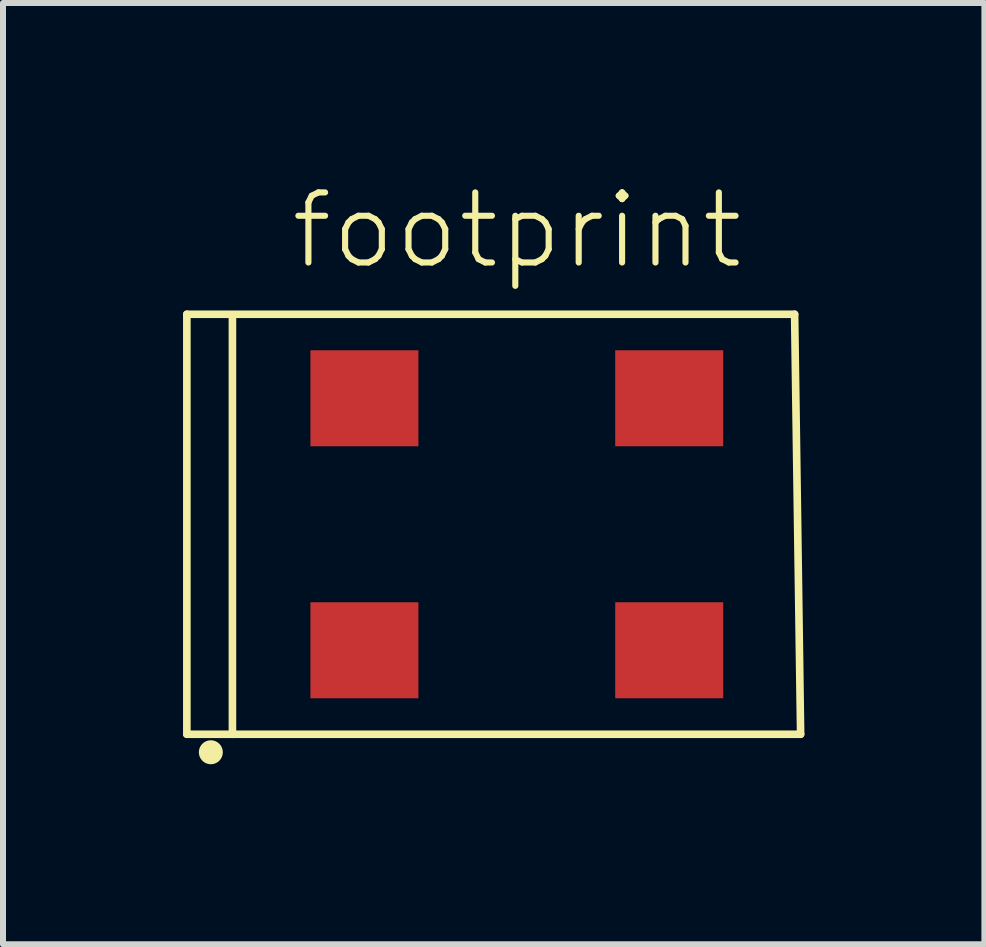
<source format=kicad_pcb>
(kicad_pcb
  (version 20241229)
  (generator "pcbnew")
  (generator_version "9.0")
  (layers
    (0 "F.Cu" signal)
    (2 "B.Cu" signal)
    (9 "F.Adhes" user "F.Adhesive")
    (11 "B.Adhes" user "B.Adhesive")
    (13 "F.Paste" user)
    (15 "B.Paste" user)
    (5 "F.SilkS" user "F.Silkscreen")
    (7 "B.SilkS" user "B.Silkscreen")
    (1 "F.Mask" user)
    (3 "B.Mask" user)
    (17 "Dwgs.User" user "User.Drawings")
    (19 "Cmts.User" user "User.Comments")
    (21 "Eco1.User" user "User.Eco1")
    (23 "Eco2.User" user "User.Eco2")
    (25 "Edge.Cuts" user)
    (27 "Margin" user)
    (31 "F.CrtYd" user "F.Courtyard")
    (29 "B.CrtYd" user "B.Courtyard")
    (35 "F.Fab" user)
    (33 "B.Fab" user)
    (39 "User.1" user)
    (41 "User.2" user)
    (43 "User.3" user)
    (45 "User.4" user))
  (footprint "footprint"
    (layer "F.Cu")
    (at 5.564 5.688)
    (property "Reference" "footprint" (at -3.819 -4.215 0) (layer "F.SilkS") (effects (font (size 1.168 1.168) (thickness 0.102)) (justify left bottom)))
    (fp_line (start -5.5 -3.5) (end -5.5 3.5) (stroke (width 0.127) (type solid)) (layer "F.SilkS"))
    (fp_line (start -5.5 -3.5) (end 4.63 -3.5) (stroke (width 0.127) (type solid)) (layer "F.SilkS"))
    (fp_line (start -5.5 3.5) (end -4.74 3.5) (stroke (width 0.127) (type solid)) (layer "F.SilkS"))
    (fp_line (start -4.74 3.5) (end -4.74 -3.46) (stroke (width 0.127) (type solid)) (layer "F.SilkS"))
    (fp_line (start 4.63 -3.5) (end 4.73 3.5) (stroke (width 0.127) (type solid)) (layer "F.SilkS"))
    (fp_line (start 4.73 3.5) (end -4.74 3.5) (stroke (width 0.127) (type solid)) (layer "F.SilkS"))
    (fp_circle (center -5.1 3.8) (end -5 3.8) (stroke (width 0.2) (type solid)) (fill yes) (layer "F.SilkS"))
    (pad "1" smd rect (at -2.54 2.1) (size 1.8 1.6) (layers "F.Cu" "F.Mask" "F.Paste"))
    (pad "2" smd rect (at 2.54 2.1) (size 1.8 1.6) (layers "F.Cu" "F.Mask" "F.Paste"))
    (pad "3" smd rect (at 2.54 -2.1 180) (size 1.8 1.6) (layers "F.Cu" "F.Mask" "F.Paste"))
    (pad "4" smd rect (at -2.54 -2.1 180) (size 1.8 1.6) (layers "F.Cu" "F.Mask" "F.Paste")))
  (gr_rect
    (start -3 -3)
    (end 13.357 12.688)
    (stroke (width 0.1) (type default))
    (fill no)
    (layer "Edge.Cuts")))
</source>
